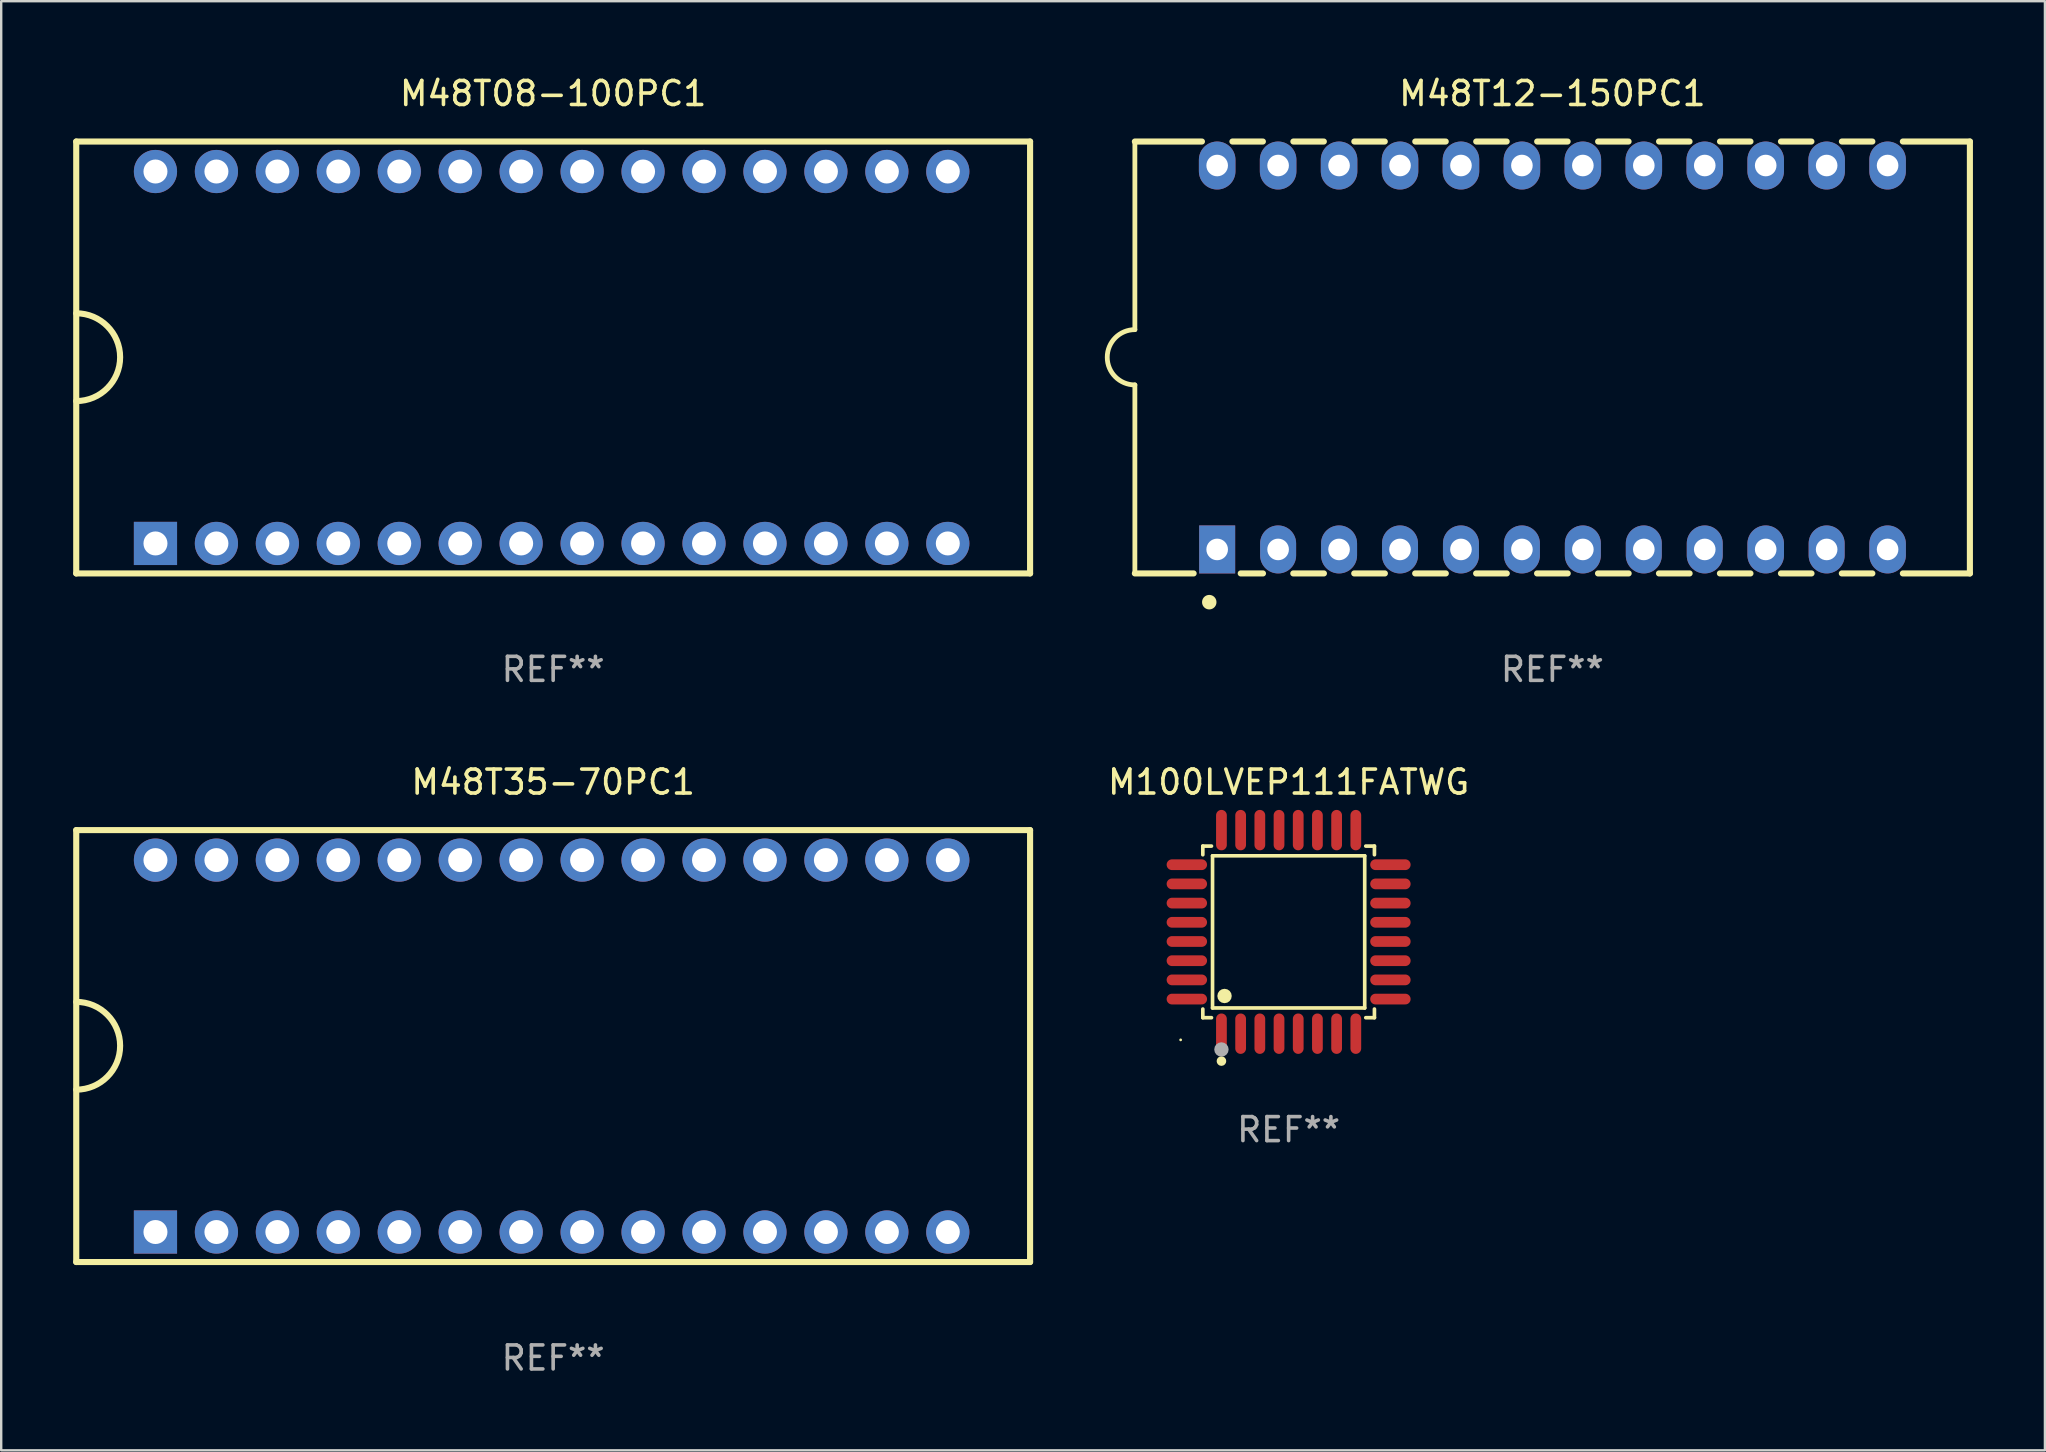
<source format=kicad_pcb>
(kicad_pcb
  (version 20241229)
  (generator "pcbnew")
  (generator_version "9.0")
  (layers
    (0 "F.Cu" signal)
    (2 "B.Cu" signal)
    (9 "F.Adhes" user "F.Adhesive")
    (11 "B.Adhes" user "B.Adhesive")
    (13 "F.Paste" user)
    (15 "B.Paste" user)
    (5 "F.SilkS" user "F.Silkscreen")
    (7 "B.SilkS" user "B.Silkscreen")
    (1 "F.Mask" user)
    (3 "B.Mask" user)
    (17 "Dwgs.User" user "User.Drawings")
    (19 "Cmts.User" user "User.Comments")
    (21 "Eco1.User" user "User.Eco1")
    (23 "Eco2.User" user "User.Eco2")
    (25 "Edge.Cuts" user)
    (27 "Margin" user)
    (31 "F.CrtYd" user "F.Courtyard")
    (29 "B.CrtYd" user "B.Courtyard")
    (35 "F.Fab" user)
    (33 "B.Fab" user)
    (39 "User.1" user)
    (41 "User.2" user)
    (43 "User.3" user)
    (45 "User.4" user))
  (footprint "M100LVEP111FATWG"
    (layer "F.Cu")
    (at 50.654 35.787)
    (property "Reference" "M100LVEP111FATWG" (at 0 -6.242 0) (layer "F.SilkS") (effects (font (size 1 1) (thickness 0.15))))
    (attr through_hole)
    (fp_line (start -3.576 -3.576) (end -3.215 -3.576) (stroke (width 0.152) (type solid)) (layer "F.SilkS"))
    (fp_line (start -3.576 -3.215) (end -3.576 -3.576) (stroke (width 0.152) (type solid)) (layer "F.SilkS"))
    (fp_line (start -3.576 3.215) (end -3.576 3.576) (stroke (width 0.152) (type solid)) (layer "F.SilkS"))
    (fp_line (start -3.576 3.576) (end -3.215 3.576) (stroke (width 0.152) (type solid)) (layer "F.SilkS"))
    (fp_line (start -3.171 -3.171) (end 3.171 -3.171) (stroke (width 0.152) (type solid)) (layer "F.SilkS"))
    (fp_line (start -3.171 3.171) (end -3.171 -3.171) (stroke (width 0.152) (type solid)) (layer "F.SilkS"))
    (fp_line (start 3.171 -3.171) (end 3.171 3.171) (stroke (width 0.152) (type solid)) (layer "F.SilkS"))
    (fp_line (start 3.171 3.171) (end -3.171 3.171) (stroke (width 0.152) (type solid)) (layer "F.SilkS"))
    (fp_line (start 3.576 -3.576) (end 3.215 -3.576) (stroke (width 0.152) (type solid)) (layer "F.SilkS"))
    (fp_line (start 3.576 -3.215) (end 3.576 -3.576) (stroke (width 0.152) (type solid)) (layer "F.SilkS"))
    (fp_line (start 3.576 3.215) (end 3.576 3.576) (stroke (width 0.152) (type solid)) (layer "F.SilkS"))
    (fp_line (start 3.576 3.576) (end 3.215 3.576) (stroke (width 0.152) (type solid)) (layer "F.SilkS"))
    (fp_circle (center -4.5 4.5) (end -4.47 4.5) (stroke (width 0.06) (type solid)) (fill no) (layer "F.SilkS"))
    (fp_circle (center -2.8 5.384) (end -2.7 5.384) (stroke (width 0.2) (type solid)) (fill no) (layer "F.SilkS"))
    (fp_circle (center -2.671 2.671) (end -2.521 2.671) (stroke (width 0.3) (type solid)) (fill no) (layer "F.SilkS"))
    (fp_circle (center -2.8 4.9) (end -2.65 4.9) (stroke (width 0.3) (type solid)) (fill no) (layer "F.Fab"))
    (fp_text user "REF**" (at 0 8.242 0) (layer "F.Fab") (effects (font (size 1 1) (thickness 0.15))))
    (pad "1" smd oval (at -2.8 4.242) (size 0.448 1.684) (layers "F.Cu" "F.Mask" "F.Paste"))
    (pad "2" smd oval (at -2 4.242) (size 0.448 1.684) (layers "F.Cu" "F.Mask" "F.Paste"))
    (pad "3" smd oval (at -1.2 4.242) (size 0.448 1.684) (layers "F.Cu" "F.Mask" "F.Paste"))
    (pad "4" smd oval (at -0.4 4.242) (size 0.448 1.684) (layers "F.Cu" "F.Mask" "F.Paste"))
    (pad "5" smd oval (at 0.4 4.242) (size 0.448 1.684) (layers "F.Cu" "F.Mask" "F.Paste"))
    (pad "6" smd oval (at 1.2 4.242) (size 0.448 1.684) (layers "F.Cu" "F.Mask" "F.Paste"))
    (pad "7" smd oval (at 2 4.242) (size 0.448 1.684) (layers "F.Cu" "F.Mask" "F.Paste"))
    (pad "8" smd oval (at 2.8 4.242) (size 0.448 1.684) (layers "F.Cu" "F.Mask" "F.Paste"))
    (pad "9" smd oval (at 4.242 2.8) (size 1.684 0.448) (layers "F.Cu" "F.Mask" "F.Paste"))
    (pad "10" smd oval (at 4.242 2) (size 1.684 0.448) (layers "F.Cu" "F.Mask" "F.Paste"))
    (pad "11" smd oval (at 4.242 1.2) (size 1.684 0.448) (layers "F.Cu" "F.Mask" "F.Paste"))
    (pad "12" smd oval (at 4.242 0.4) (size 1.684 0.448) (layers "F.Cu" "F.Mask" "F.Paste"))
    (pad "13" smd oval (at 4.242 -0.4) (size 1.684 0.448) (layers "F.Cu" "F.Mask" "F.Paste"))
    (pad "14" smd oval (at 4.242 -1.2) (size 1.684 0.448) (layers "F.Cu" "F.Mask" "F.Paste"))
    (pad "15" smd oval (at 4.242 -2) (size 1.684 0.448) (layers "F.Cu" "F.Mask" "F.Paste"))
    (pad "16" smd oval (at 4.242 -2.8) (size 1.684 0.448) (layers "F.Cu" "F.Mask" "F.Paste"))
    (pad "17" smd oval (at 2.8 -4.242) (size 0.448 1.684) (layers "F.Cu" "F.Mask" "F.Paste"))
    (pad "18" smd oval (at 2 -4.242) (size 0.448 1.684) (layers "F.Cu" "F.Mask" "F.Paste"))
    (pad "19" smd oval (at 1.2 -4.242) (size 0.448 1.684) (layers "F.Cu" "F.Mask" "F.Paste"))
    (pad "20" smd oval (at 0.4 -4.242) (size 0.448 1.684) (layers "F.Cu" "F.Mask" "F.Paste"))
    (pad "21" smd oval (at -0.4 -4.242) (size 0.448 1.684) (layers "F.Cu" "F.Mask" "F.Paste"))
    (pad "22" smd oval (at -1.2 -4.242) (size 0.448 1.684) (layers "F.Cu" "F.Mask" "F.Paste"))
    (pad "23" smd oval (at -2 -4.242) (size 0.448 1.684) (layers "F.Cu" "F.Mask" "F.Paste"))
    (pad "24" smd oval (at -2.8 -4.242) (size 0.448 1.684) (layers "F.Cu" "F.Mask" "F.Paste"))
    (pad "25" smd oval (at -4.242 -2.8) (size 1.684 0.448) (layers "F.Cu" "F.Mask" "F.Paste"))
    (pad "26" smd oval (at -4.242 -2) (size 1.684 0.448) (layers "F.Cu" "F.Mask" "F.Paste"))
    (pad "27" smd oval (at -4.242 -1.2) (size 1.684 0.448) (layers "F.Cu" "F.Mask" "F.Paste"))
    (pad "28" smd oval (at -4.242 -0.4) (size 1.684 0.448) (layers "F.Cu" "F.Mask" "F.Paste"))
    (pad "29" smd oval (at -4.242 0.4) (size 1.684 0.448) (layers "F.Cu" "F.Mask" "F.Paste"))
    (pad "30" smd oval (at -4.242 1.2) (size 1.684 0.448) (layers "F.Cu" "F.Mask" "F.Paste"))
    (pad "31" smd oval (at -4.242 2) (size 1.684 0.448) (layers "F.Cu" "F.Mask" "F.Paste"))
    (pad "32" smd oval (at -4.242 2.8) (size 1.684 0.448) (layers "F.Cu" "F.Mask" "F.Paste")))
  (footprint "M48T35-70PC1"
    (layer "F.Cu")
    (at 20.003 40.545)
    (property "Reference" "M48T35-70PC1" (at 0 -11 0) (layer "F.SilkS") (effects (font (size 1 1) (thickness 0.15))))
    (attr through_hole)
    (fp_line (start -19.876 -9) (end -19.876 9) (stroke (width 0.254) (type solid)) (layer "F.SilkS"))
    (fp_line (start -19.876 -9) (end 19.876 -9) (stroke (width 0.254) (type solid)) (layer "F.SilkS"))
    (fp_line (start -19.876 9) (end 19.876 9) (stroke (width 0.254) (type solid)) (layer "F.SilkS"))
    (fp_line (start 19.876 -9) (end 19.876 9) (stroke (width 0.254) (type solid)) (layer "F.SilkS"))
    (fp_arc (start -19.87554 -1.840944) (mid -18.046737 -0.012141) (end -19.87554 1.816662) (stroke (width 0.254001) (type solid)) (layer "F.SilkS"))
    (fp_text user "REF**" (at 0 13 0) (layer "F.Fab") (effects (font (size 1 1) (thickness 0.15))))
    (pad "1" thru_hole rect (at -16.574 7.75) (size 1.8 1.8) (drill 1) (layers "*.Cu" "*.Mask"))
    (pad "2" thru_hole circle (at -14.034 7.75) (size 1.8 1.8) (drill 1) (layers "*.Cu" "*.Mask"))
    (pad "3" thru_hole circle (at -11.494 7.75) (size 1.8 1.8) (drill 1) (layers "*.Cu" "*.Mask"))
    (pad "4" thru_hole circle (at -8.954 7.75) (size 1.8 1.8) (drill 1) (layers "*.Cu" "*.Mask"))
    (pad "5" thru_hole circle (at -6.414 7.75) (size 1.8 1.8) (drill 1) (layers "*.Cu" "*.Mask"))
    (pad "6" thru_hole circle (at -3.874 7.75) (size 1.8 1.8) (drill 1) (layers "*.Cu" "*.Mask"))
    (pad "7" thru_hole circle (at -1.334 7.75) (size 1.8 1.8) (drill 1) (layers "*.Cu" "*.Mask"))
    (pad "8" thru_hole circle (at 1.207 7.75) (size 1.8 1.8) (drill 1) (layers "*.Cu" "*.Mask"))
    (pad "9" thru_hole circle (at 3.747 7.75) (size 1.8 1.8) (drill 1) (layers "*.Cu" "*.Mask"))
    (pad "10" thru_hole circle (at 6.287 7.75) (size 1.8 1.8) (drill 1) (layers "*.Cu" "*.Mask"))
    (pad "11" thru_hole circle (at 8.827 7.75) (size 1.8 1.8) (drill 1) (layers "*.Cu" "*.Mask"))
    (pad "12" thru_hole circle (at 11.367 7.75) (size 1.8 1.8) (drill 1) (layers "*.Cu" "*.Mask"))
    (pad "13" thru_hole circle (at 13.907 7.75) (size 1.8 1.8) (drill 1) (layers "*.Cu" "*.Mask"))
    (pad "14" thru_hole circle (at 16.447 7.75) (size 1.8 1.8) (drill 1) (layers "*.Cu" "*.Mask"))
    (pad "15" thru_hole circle (at 16.447 -7.75) (size 1.8 1.8) (drill 1) (layers "*.Cu" "*.Mask"))
    (pad "16" thru_hole circle (at 13.907 -7.75) (size 1.8 1.8) (drill 1) (layers "*.Cu" "*.Mask"))
    (pad "17" thru_hole circle (at 11.367 -7.75) (size 1.8 1.8) (drill 1) (layers "*.Cu" "*.Mask"))
    (pad "18" thru_hole circle (at 8.827 -7.75) (size 1.8 1.8) (drill 1) (layers "*.Cu" "*.Mask"))
    (pad "19" thru_hole circle (at 6.287 -7.75) (size 1.8 1.8) (drill 1) (layers "*.Cu" "*.Mask"))
    (pad "20" thru_hole circle (at 3.747 -7.75) (size 1.8 1.8) (drill 1) (layers "*.Cu" "*.Mask"))
    (pad "21" thru_hole circle (at 1.207 -7.75) (size 1.8 1.8) (drill 1) (layers "*.Cu" "*.Mask"))
    (pad "22" thru_hole circle (at -1.334 -7.75) (size 1.8 1.8) (drill 1) (layers "*.Cu" "*.Mask"))
    (pad "23" thru_hole circle (at -3.874 -7.75) (size 1.8 1.8) (drill 1) (layers "*.Cu" "*.Mask"))
    (pad "24" thru_hole circle (at -6.414 -7.75) (size 1.8 1.8) (drill 1) (layers "*.Cu" "*.Mask"))
    (pad "25" thru_hole circle (at -8.954 -7.75) (size 1.8 1.8) (drill 1) (layers "*.Cu" "*.Mask"))
    (pad "26" thru_hole circle (at -11.494 -7.75) (size 1.8 1.8) (drill 1) (layers "*.Cu" "*.Mask"))
    (pad "27" thru_hole circle (at -14.034 -7.75) (size 1.8 1.8) (drill 1) (layers "*.Cu" "*.Mask"))
    (pad "28" thru_hole circle (at -16.574 -7.75) (size 1.8 1.8) (drill 1) (layers "*.Cu" "*.Mask")))
  (footprint "M48T12-150PC1"
    (layer "F.Cu")
    (at 61.646 11.848)
    (property "Reference" "M48T12-150PC1" (at 0 -11 0) (layer "F.SilkS") (effects (font (size 1 1) (thickness 0.15))))
    (attr through_hole)
    (fp_line (start -17.4 9) (end -17.4 1.144) (stroke (width 0.2) (type solid)) (layer "F.SilkS"))
    (fp_line (start -17.4 9) (end -14.951 9) (stroke (width 0.254) (type solid)) (layer "F.SilkS"))
    (fp_line (start -17.4 -9) (end -14.605 -9) (stroke (width 0.254) (type solid)) (layer "F.SilkS"))
    (fp_line (start -17.4 -1.16) (end -17.4 -9) (stroke (width 0.2) (type solid)) (layer "F.SilkS"))
    (fp_line (start -13.334 -9) (end -12.065 -9) (stroke (width 0.254) (type solid)) (layer "F.SilkS"))
    (fp_line (start -12.988 9) (end -12.061 9) (stroke (width 0.254) (type solid)) (layer "F.SilkS"))
    (fp_line (start -10.798 9) (end -9.521 9) (stroke (width 0.254) (type solid)) (layer "F.SilkS"))
    (fp_line (start -10.794 -9) (end -9.525 -9) (stroke (width 0.254) (type solid)) (layer "F.SilkS"))
    (fp_line (start -8.258 9) (end -6.981 9) (stroke (width 0.254) (type solid)) (layer "F.SilkS"))
    (fp_line (start -8.254 -9) (end -6.985 -9) (stroke (width 0.254) (type solid)) (layer "F.SilkS"))
    (fp_line (start -5.718 9) (end -4.441 9) (stroke (width 0.254) (type solid)) (layer "F.SilkS"))
    (fp_line (start -5.714 -9) (end -4.445 -9) (stroke (width 0.254) (type solid)) (layer "F.SilkS"))
    (fp_line (start -3.178 9) (end -1.901 9) (stroke (width 0.254) (type solid)) (layer "F.SilkS"))
    (fp_line (start -3.174 -9) (end -1.905 -9) (stroke (width 0.254) (type solid)) (layer "F.SilkS"))
    (fp_line (start -0.638 9) (end 0.639 9) (stroke (width 0.254) (type solid)) (layer "F.SilkS"))
    (fp_line (start -0.634 -9) (end 0.635 -9) (stroke (width 0.254) (type solid)) (layer "F.SilkS"))
    (fp_line (start 1.902 9) (end 3.179 9) (stroke (width 0.254) (type solid)) (layer "F.SilkS"))
    (fp_line (start 1.906 -9) (end 3.175 -9) (stroke (width 0.254) (type solid)) (layer "F.SilkS"))
    (fp_line (start 4.442 9) (end 5.719 9) (stroke (width 0.254) (type solid)) (layer "F.SilkS"))
    (fp_line (start 4.446 -9) (end 5.715 -9) (stroke (width 0.254) (type solid)) (layer "F.SilkS"))
    (fp_line (start 6.982 9) (end 8.255 9) (stroke (width 0.254) (type solid)) (layer "F.SilkS"))
    (fp_line (start 6.986 -9) (end 8.255 -9) (stroke (width 0.254) (type solid)) (layer "F.SilkS"))
    (fp_line (start 9.526 -9) (end 10.795 -9) (stroke (width 0.254) (type solid)) (layer "F.SilkS"))
    (fp_line (start 9.526 9) (end 10.799 9) (stroke (width 0.254) (type solid)) (layer "F.SilkS"))
    (fp_line (start 12.062 9) (end 13.335 9) (stroke (width 0.254) (type solid)) (layer "F.SilkS"))
    (fp_line (start 12.066 -9) (end 13.335 -9) (stroke (width 0.254) (type solid)) (layer "F.SilkS"))
    (fp_line (start 14.606 -9) (end 17.4 -9) (stroke (width 0.254) (type solid)) (layer "F.SilkS"))
    (fp_line (start 14.606 9) (end 17.4 9) (stroke (width 0.254) (type solid)) (layer "F.SilkS"))
    (fp_line (start 17.4 -9) (end 17.4 9) (stroke (width 0.254) (type solid)) (layer "F.SilkS"))
    (fp_arc (start -17.399581 1.143688) (mid -18.540555 -0.008204) (end -17.399582 -1.160096) (stroke (width 0.2) (type solid)) (layer "F.SilkS"))
    (fp_arc (start -14.299581 10.200025) (mid -14.299592 10.197485) (end -14.299581 10.194945) (stroke (width 0.6) (type solid)) (layer "F.SilkS"))
    (fp_text user "REF**" (at 0 13 0) (layer "F.Fab") (effects (font (size 1 1) (thickness 0.15))))
    (pad "1" thru_hole rect (at -13.97 8 90) (size 2 1.5) (drill 0.9) (layers "*.Cu" "*.Mask"))
    (pad "2" thru_hole oval (at -11.43 8 90) (size 2 1.5) (drill 0.9) (layers "*.Cu" "*.Mask"))
    (pad "3" thru_hole oval (at -8.89 8 90) (size 2 1.5) (drill 0.9) (layers "*.Cu" "*.Mask"))
    (pad "4" thru_hole oval (at -6.35 8 90) (size 2 1.5) (drill 0.9) (layers "*.Cu" "*.Mask"))
    (pad "5" thru_hole oval (at -3.81 8 90) (size 2 1.5) (drill 0.9) (layers "*.Cu" "*.Mask"))
    (pad "6" thru_hole oval (at -1.27 8 90) (size 2 1.5) (drill 0.9) (layers "*.Cu" "*.Mask"))
    (pad "7" thru_hole oval (at 1.27 8 90) (size 2 1.5) (drill 0.9) (layers "*.Cu" "*.Mask"))
    (pad "8" thru_hole oval (at 3.81 8 90) (size 2 1.5) (drill 0.9) (layers "*.Cu" "*.Mask"))
    (pad "9" thru_hole oval (at 6.35 8 90) (size 2 1.5) (drill 0.9) (layers "*.Cu" "*.Mask"))
    (pad "10" thru_hole oval (at 8.89 8 90) (size 2 1.524) (drill 0.9) (layers "*.Cu" "*.Mask"))
    (pad "11" thru_hole oval (at 11.43 8 90) (size 2 1.5) (drill 0.9) (layers "*.Cu" "*.Mask"))
    (pad "12" thru_hole oval (at 13.97 8 90) (size 2 1.524) (drill 0.9) (layers "*.Cu" "*.Mask"))
    (pad "13" thru_hole oval (at 13.97 -8 90) (size 2 1.524) (drill 0.9) (layers "*.Cu" "*.Mask"))
    (pad "14" thru_hole oval (at 11.43 -8 90) (size 2 1.524) (drill 0.9) (layers "*.Cu" "*.Mask"))
    (pad "15" thru_hole oval (at 8.89 -8 90) (size 2 1.524) (drill 0.9) (layers "*.Cu" "*.Mask"))
    (pad "16" thru_hole oval (at 6.35 -8 90) (size 2 1.524) (drill 0.9) (layers "*.Cu" "*.Mask"))
    (pad "17" thru_hole oval (at 3.81 -8 90) (size 2 1.524) (drill 0.9) (layers "*.Cu" "*.Mask"))
    (pad "18" thru_hole oval (at 1.27 -8 90) (size 2 1.524) (drill 0.9) (layers "*.Cu" "*.Mask"))
    (pad "19" thru_hole oval (at -1.27 -8 90) (size 2 1.524) (drill 0.9) (layers "*.Cu" "*.Mask"))
    (pad "20" thru_hole oval (at -3.81 -8 90) (size 2 1.524) (drill 0.9) (layers "*.Cu" "*.Mask"))
    (pad "21" thru_hole oval (at -6.35 -8 90) (size 2 1.524) (drill 0.9) (layers "*.Cu" "*.Mask"))
    (pad "22" thru_hole oval (at -8.89 -8 90) (size 2 1.524) (drill 0.9) (layers "*.Cu" "*.Mask"))
    (pad "23" thru_hole oval (at -11.43 -8 90) (size 2 1.524) (drill 0.9) (layers "*.Cu" "*.Mask"))
    (pad "24" thru_hole oval (at -13.97 -8 90) (size 2 1.524) (drill 0.9) (layers "*.Cu" "*.Mask")))
  (footprint "M48T08-100PC1"
    (layer "F.Cu")
    (at 20.003 11.848)
    (property "Reference" "M48T08-100PC1" (at 0 -11 0) (layer "F.SilkS") (effects (font (size 1 1) (thickness 0.15))))
    (attr through_hole)
    (fp_line (start -19.876 -9) (end -19.876 9) (stroke (width 0.254) (type solid)) (layer "F.SilkS"))
    (fp_line (start -19.876 -9) (end 19.876 -9) (stroke (width 0.254) (type solid)) (layer "F.SilkS"))
    (fp_line (start -19.876 9) (end 19.876 9) (stroke (width 0.254) (type solid)) (layer "F.SilkS"))
    (fp_line (start 19.876 -9) (end 19.876 9) (stroke (width 0.254) (type solid)) (layer "F.SilkS"))
    (fp_arc (start -19.87554 -1.840944) (mid -18.046737 -0.012141) (end -19.87554 1.816662) (stroke (width 0.254001) (type solid)) (layer "F.SilkS"))
    (fp_text user "REF**" (at 0 13 0) (layer "F.Fab") (effects (font (size 1 1) (thickness 0.15))))
    (pad "1" thru_hole rect (at -16.574 7.75) (size 1.8 1.8) (drill 1) (layers "*.Cu" "*.Mask"))
    (pad "2" thru_hole circle (at -14.034 7.75) (size 1.8 1.8) (drill 1) (layers "*.Cu" "*.Mask"))
    (pad "3" thru_hole circle (at -11.494 7.75) (size 1.8 1.8) (drill 1) (layers "*.Cu" "*.Mask"))
    (pad "4" thru_hole circle (at -8.954 7.75) (size 1.8 1.8) (drill 1) (layers "*.Cu" "*.Mask"))
    (pad "5" thru_hole circle (at -6.414 7.75) (size 1.8 1.8) (drill 1) (layers "*.Cu" "*.Mask"))
    (pad "6" thru_hole circle (at -3.874 7.75) (size 1.8 1.8) (drill 1) (layers "*.Cu" "*.Mask"))
    (pad "7" thru_hole circle (at -1.334 7.75) (size 1.8 1.8) (drill 1) (layers "*.Cu" "*.Mask"))
    (pad "8" thru_hole circle (at 1.207 7.75) (size 1.8 1.8) (drill 1) (layers "*.Cu" "*.Mask"))
    (pad "9" thru_hole circle (at 3.747 7.75) (size 1.8 1.8) (drill 1) (layers "*.Cu" "*.Mask"))
    (pad "10" thru_hole circle (at 6.287 7.75) (size 1.8 1.8) (drill 1) (layers "*.Cu" "*.Mask"))
    (pad "11" thru_hole circle (at 8.827 7.75) (size 1.8 1.8) (drill 1) (layers "*.Cu" "*.Mask"))
    (pad "12" thru_hole circle (at 11.367 7.75) (size 1.8 1.8) (drill 1) (layers "*.Cu" "*.Mask"))
    (pad "13" thru_hole circle (at 13.907 7.75) (size 1.8 1.8) (drill 1) (layers "*.Cu" "*.Mask"))
    (pad "14" thru_hole circle (at 16.447 7.75) (size 1.8 1.8) (drill 1) (layers "*.Cu" "*.Mask"))
    (pad "15" thru_hole circle (at 16.447 -7.75) (size 1.8 1.8) (drill 1) (layers "*.Cu" "*.Mask"))
    (pad "16" thru_hole circle (at 13.907 -7.75) (size 1.8 1.8) (drill 1) (layers "*.Cu" "*.Mask"))
    (pad "17" thru_hole circle (at 11.367 -7.75) (size 1.8 1.8) (drill 1) (layers "*.Cu" "*.Mask"))
    (pad "18" thru_hole circle (at 8.827 -7.75) (size 1.8 1.8) (drill 1) (layers "*.Cu" "*.Mask"))
    (pad "19" thru_hole circle (at 6.287 -7.75) (size 1.8 1.8) (drill 1) (layers "*.Cu" "*.Mask"))
    (pad "20" thru_hole circle (at 3.747 -7.75) (size 1.8 1.8) (drill 1) (layers "*.Cu" "*.Mask"))
    (pad "21" thru_hole circle (at 1.207 -7.75) (size 1.8 1.8) (drill 1) (layers "*.Cu" "*.Mask"))
    (pad "22" thru_hole circle (at -1.334 -7.75) (size 1.8 1.8) (drill 1) (layers "*.Cu" "*.Mask"))
    (pad "23" thru_hole circle (at -3.874 -7.75) (size 1.8 1.8) (drill 1) (layers "*.Cu" "*.Mask"))
    (pad "24" thru_hole circle (at -6.414 -7.75) (size 1.8 1.8) (drill 1) (layers "*.Cu" "*.Mask"))
    (pad "25" thru_hole circle (at -8.954 -7.75) (size 1.8 1.8) (drill 1) (layers "*.Cu" "*.Mask"))
    (pad "26" thru_hole circle (at -11.494 -7.75) (size 1.8 1.8) (drill 1) (layers "*.Cu" "*.Mask"))
    (pad "27" thru_hole circle (at -14.034 -7.75) (size 1.8 1.8) (drill 1) (layers "*.Cu" "*.Mask"))
    (pad "28" thru_hole circle (at -16.574 -7.75) (size 1.8 1.8) (drill 1) (layers "*.Cu" "*.Mask")))
  (gr_rect
    (start -3 -3)
    (end 82.173 57.393)
    (stroke (width 0.1) (type default))
    (fill no)
    (layer "Edge.Cuts")))
</source>
